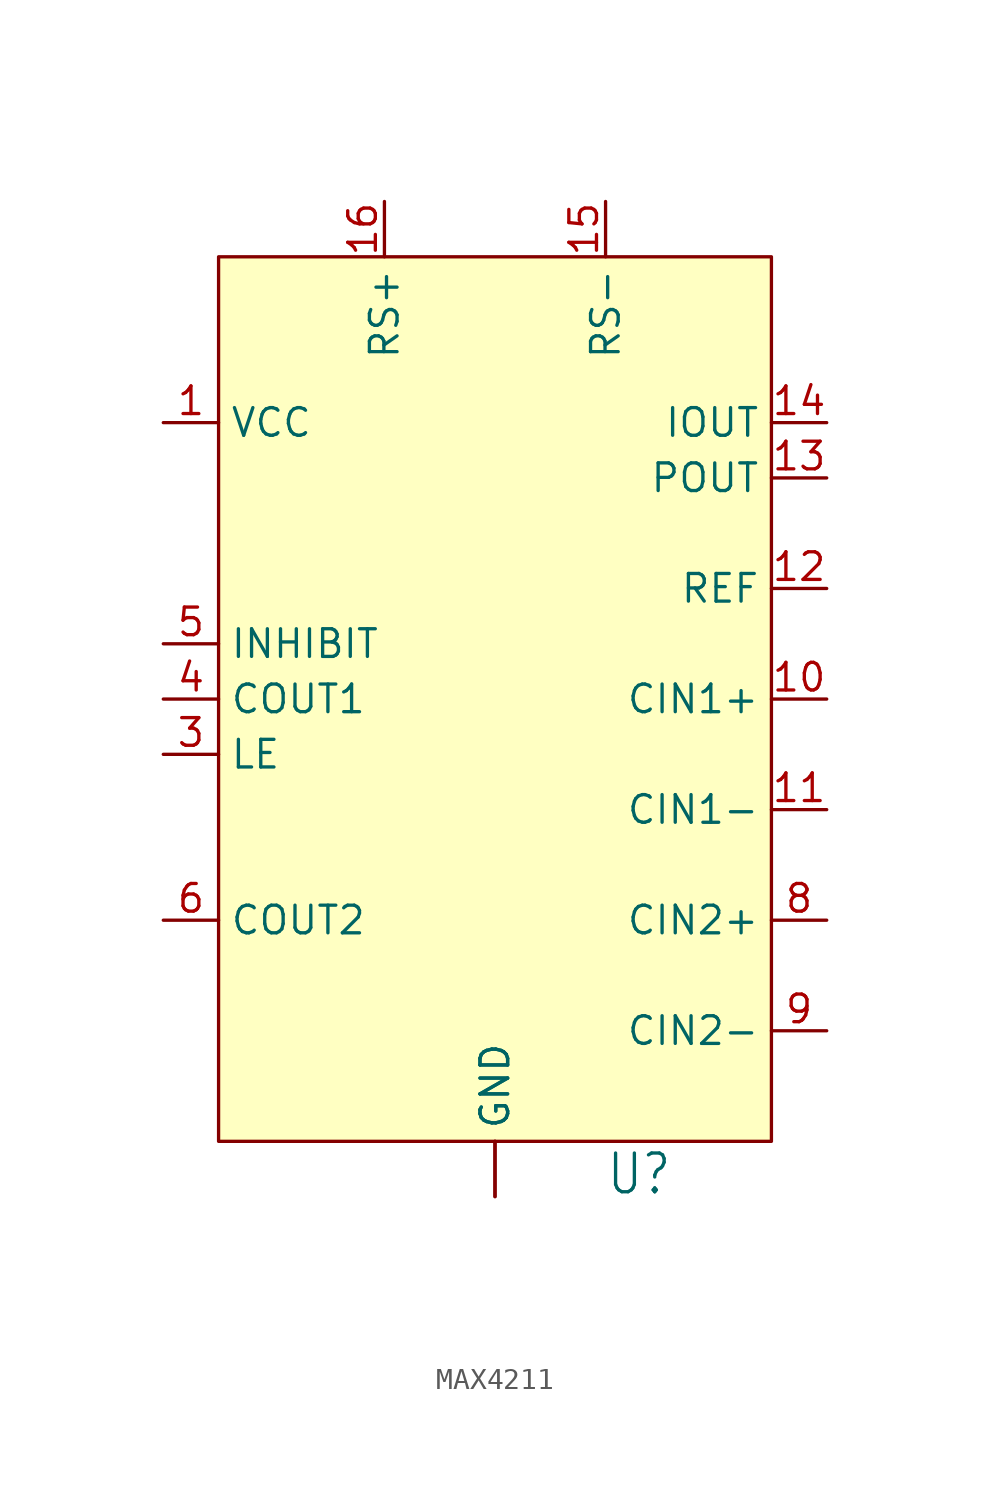
<source format=kicad_sym>
(kicad_symbol_lib
  (version 20241209)
  (generator "kicad_symbol_editor")
  (generator_version "9.0")
  (symbol "MAX4211"
    (property "Reference" "U"
      (at 5.08 -25.4 0)
      (effects (font (size 1.778 1.511)) (justify left bottom)))
    (property "Value" ""
      (at 5.08 -27.94 0)
      (effects (font (size 1.778 1.511)) (justify left bottom)))
    (property "ki_locked" ""
      (at 0 0 0)
      (effects (font (size 1.27 1.27))))
    (symbol "MAX4211_1_0"
      (pin power_in line (at -15.24 10.16 0) (length 2.54) (name "VCC" (effects (font (size 1.27 1.27)))) (number "1" (effects (font (size 1.27 1.27)))))
      (pin input line (at -15.24 0 0) (length 2.54) (name "INHIBIT" (effects (font (size 1.27 1.27)))) (number "5" (effects (font (size 1.27 1.27)))))
      (pin open_collector line (at -15.24 -2.54 0) (length 2.54) (name "COUT1" (effects (font (size 1.27 1.27)))) (number "4" (effects (font (size 1.27 1.27)))))
      (pin input line (at -15.24 -5.08 0) (length 2.54) (name "LE" (effects (font (size 1.27 1.27)))) (number "3" (effects (font (size 1.27 1.27)))))
      (pin open_collector line (at -15.24 -12.7 0) (length 2.54) (name "COUT2" (effects (font (size 1.27 1.27)))) (number "6" (effects (font (size 1.27 1.27)))))
      (pin passive line (at -5.08 20.32 270) (length 2.54) (name "RS+" (effects (font (size 1.27 1.27)))) (number "16" (effects (font (size 1.27 1.27)))))
      (pin power_in line (at 0 -25.4 90) (length 2.54) (name "GND" (effects (font (size 1.27 1.27)))) (number "7" (effects (font (size 0 0)))))
      (pin power_in line (at 0 -25.4 90) (length 2.54) (name "GND" (effects (font (size 1.27 1.27)))) (number "EPAD" (effects (font (size 0 0)))))
      (pin passive line (at 5.08 20.32 270) (length 2.54) (name "RS-" (effects (font (size 1.27 1.27)))) (number "15" (effects (font (size 1.27 1.27)))))
      (pin output line (at 15.24 10.16 180) (length 2.54) (name "IOUT" (effects (font (size 1.27 1.27)))) (number "14" (effects (font (size 1.27 1.27)))))
      (pin output line (at 15.24 7.62 180) (length 2.54) (name "POUT" (effects (font (size 1.27 1.27)))) (number "13" (effects (font (size 1.27 1.27)))))
      (pin output line (at 15.24 2.54 180) (length 2.54) (name "REF" (effects (font (size 1.27 1.27)))) (number "12" (effects (font (size 1.27 1.27)))))
      (pin input line (at 15.24 -2.54 180) (length 2.54) (name "CIN1+" (effects (font (size 1.27 1.27)))) (number "10" (effects (font (size 1.27 1.27)))))
      (pin input line (at 15.24 -7.62 180) (length 2.54) (name "CIN1-" (effects (font (size 1.27 1.27)))) (number "11" (effects (font (size 1.27 1.27)))))
      (pin input line (at 15.24 -12.7 180) (length 2.54) (name "CIN2+" (effects (font (size 1.27 1.27)))) (number "8" (effects (font (size 1.27 1.27)))))
      (pin input line (at 15.24 -17.78 180) (length 2.54) (name "CIN2-" (effects (font (size 1.27 1.27)))) (number "9" (effects (font (size 1.27 1.27))))))
    (symbol "MAX4211_1_1"
      (rectangle (start -12.7 17.78) (end 12.7 -22.86) (stroke (width 0) (type solid)) (fill (type background))))))
</source>
